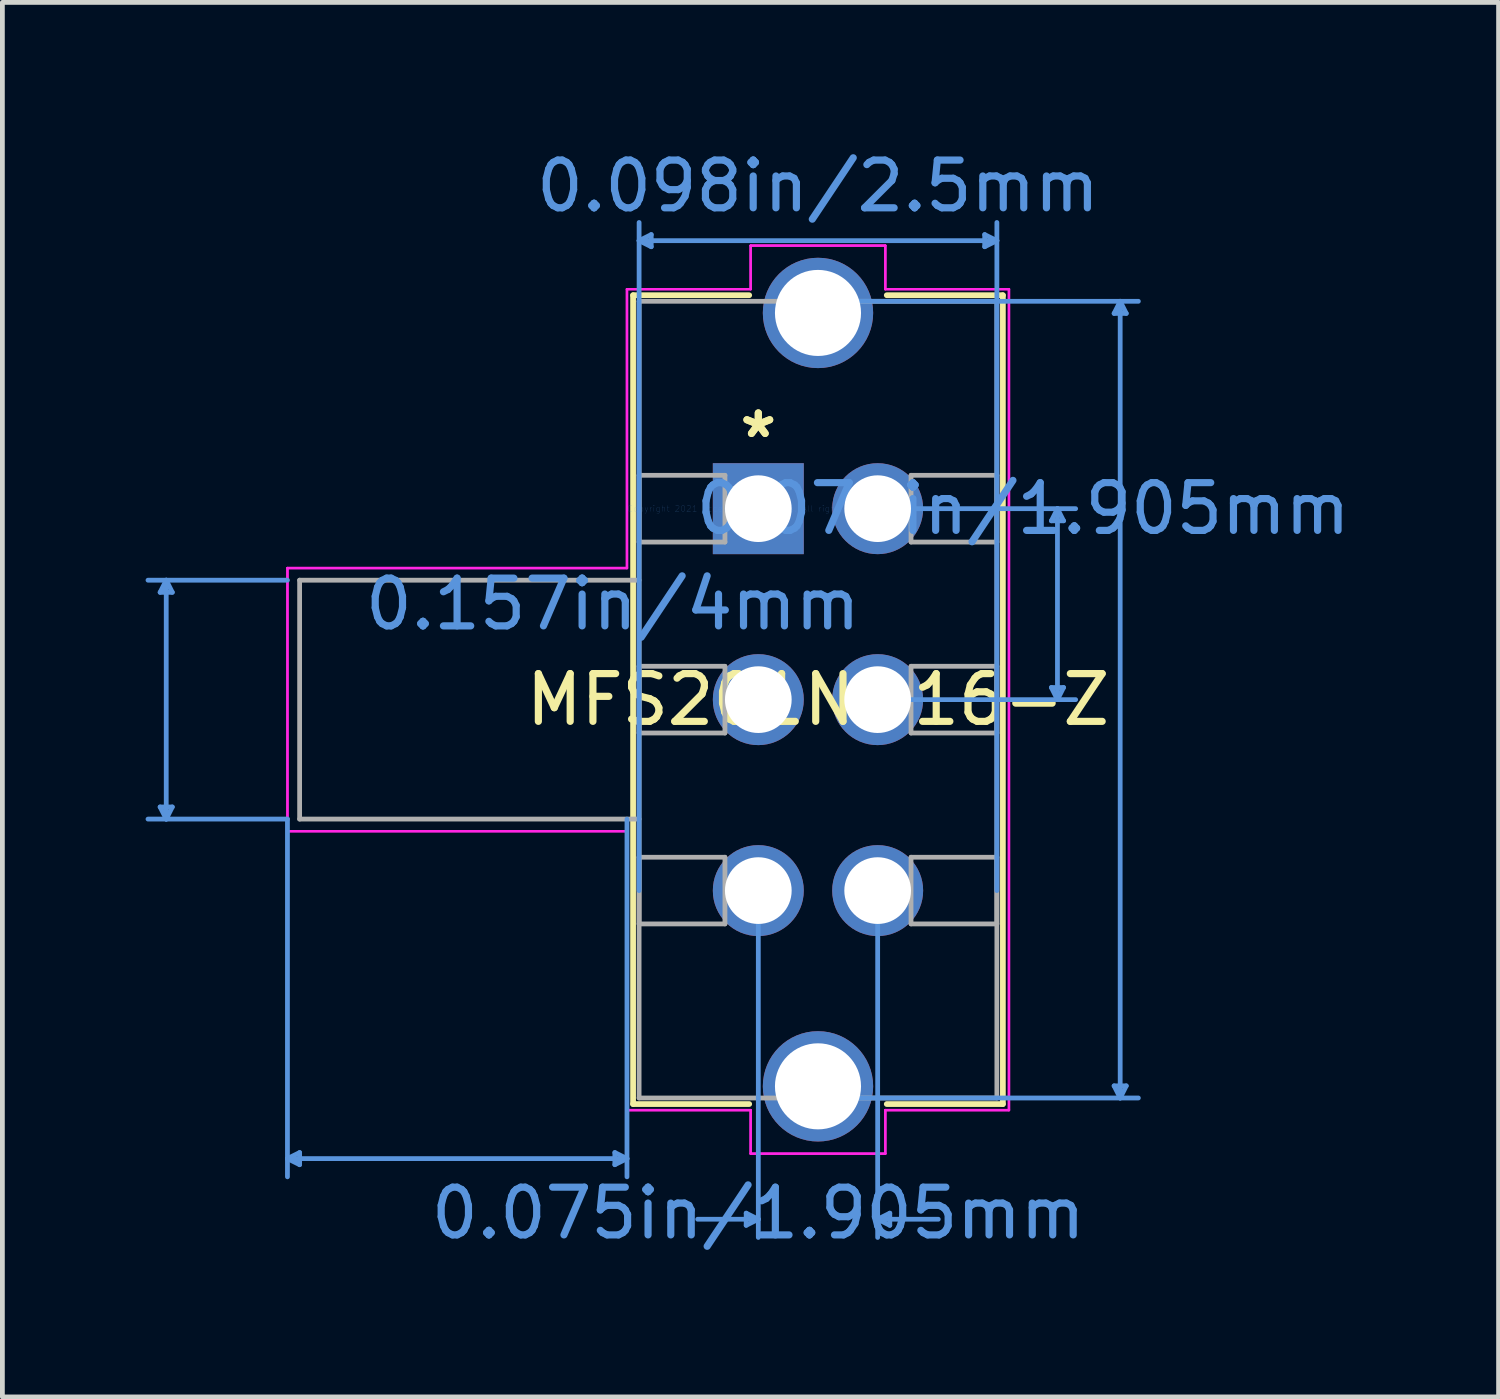
<source format=kicad_pcb>
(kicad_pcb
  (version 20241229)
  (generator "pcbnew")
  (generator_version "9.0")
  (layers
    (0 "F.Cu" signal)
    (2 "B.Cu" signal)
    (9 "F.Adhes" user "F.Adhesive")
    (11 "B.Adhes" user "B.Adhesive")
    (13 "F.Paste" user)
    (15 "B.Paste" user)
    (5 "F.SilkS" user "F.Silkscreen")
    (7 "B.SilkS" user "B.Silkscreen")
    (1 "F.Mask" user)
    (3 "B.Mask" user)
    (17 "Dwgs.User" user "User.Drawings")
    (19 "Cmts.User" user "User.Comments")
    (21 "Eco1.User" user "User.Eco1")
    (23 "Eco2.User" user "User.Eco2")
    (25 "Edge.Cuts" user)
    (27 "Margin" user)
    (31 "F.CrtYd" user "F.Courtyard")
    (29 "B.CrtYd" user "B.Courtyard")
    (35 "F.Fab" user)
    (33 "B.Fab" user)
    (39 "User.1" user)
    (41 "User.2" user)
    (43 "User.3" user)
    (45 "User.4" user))
  (footprint "MFS201N-16-Z"
    (layer "F.Cu")
    (at 12.834 7.605)
    (property "Reference" "MFS201N-16-Z" (at 1.25 4 0) (layer "F.SilkS") (effects (font (size 1 1) (thickness 0.15))))
    (attr through_hole)
    (fp_line (start -2.623 -4.471) (end -2.623 12.471) (stroke (width 0.12) (type solid)) (layer "F.SilkS"))
    (fp_line (start -2.623 12.471) (end -0.191 12.471) (stroke (width 0.12) (type solid)) (layer "F.SilkS"))
    (fp_line (start -0.191 -4.471) (end -2.623 -4.471) (stroke (width 0.12) (type solid)) (layer "F.SilkS"))
    (fp_line (start 2.691 12.471) (end 5.123 12.471) (stroke (width 0.12) (type solid)) (layer "F.SilkS"))
    (fp_line (start 5.123 -4.471) (end 2.691 -4.471) (stroke (width 0.12) (type solid)) (layer "F.SilkS"))
    (fp_line (start 5.123 12.471) (end 5.123 -4.471) (stroke (width 0.12) (type solid)) (layer "F.SilkS"))
    (fp_line (start -12.53 1.752) (end -12.275 1.752) (stroke (width 0.1) (type solid)) (layer "Cmts.User"))
    (fp_line (start -12.53 6.248) (end -12.275 6.248) (stroke (width 0.1) (type solid)) (layer "Cmts.User"))
    (fp_line (start -12.402 1.498) (end -12.53 1.752) (stroke (width 0.1) (type solid)) (layer "Cmts.User"))
    (fp_line (start -12.402 1.498) (end -12.402 6.502) (stroke (width 0.1) (type solid)) (layer "Cmts.User"))
    (fp_line (start -12.402 1.498) (end -12.275 1.752) (stroke (width 0.1) (type solid)) (layer "Cmts.User"))
    (fp_line (start -12.402 6.502) (end -12.53 6.248) (stroke (width 0.1) (type solid)) (layer "Cmts.User"))
    (fp_line (start -12.402 6.502) (end -12.275 6.248) (stroke (width 0.1) (type solid)) (layer "Cmts.User"))
    (fp_line (start -9.863 1.498) (end -12.784 1.498) (stroke (width 0.1) (type solid)) (layer "Cmts.User"))
    (fp_line (start -9.863 6.502) (end -12.784 6.502) (stroke (width 0.1) (type solid)) (layer "Cmts.User"))
    (fp_line (start -9.863 6.502) (end -9.863 13.995) (stroke (width 0.1) (type solid)) (layer "Cmts.User"))
    (fp_line (start -9.863 13.614) (end -9.608 13.487) (stroke (width 0.1) (type solid)) (layer "Cmts.User"))
    (fp_line (start -9.863 13.614) (end -9.608 13.741) (stroke (width 0.1) (type solid)) (layer "Cmts.User"))
    (fp_line (start -9.863 13.614) (end -2.751 13.614) (stroke (width 0.1) (type solid)) (layer "Cmts.User"))
    (fp_line (start -9.608 13.487) (end -9.608 13.741) (stroke (width 0.1) (type solid)) (layer "Cmts.User"))
    (fp_line (start -3.005 13.487) (end -3.005 13.741) (stroke (width 0.1) (type solid)) (layer "Cmts.User"))
    (fp_line (start -2.751 6.502) (end -2.751 13.995) (stroke (width 0.1) (type solid)) (layer "Cmts.User"))
    (fp_line (start -2.751 13.614) (end -3.005 13.487) (stroke (width 0.1) (type solid)) (layer "Cmts.User"))
    (fp_line (start -2.751 13.614) (end -3.005 13.741) (stroke (width 0.1) (type solid)) (layer "Cmts.User"))
    (fp_line (start -2.497 -5.614) (end -2.243 -5.741) (stroke (width 0.1) (type solid)) (layer "Cmts.User"))
    (fp_line (start -2.497 -5.614) (end -2.243 -5.487) (stroke (width 0.1) (type solid)) (layer "Cmts.User"))
    (fp_line (start -2.497 -5.614) (end 4.997 -5.614) (stroke (width 0.1) (type solid)) (layer "Cmts.User"))
    (fp_line (start -2.497 8) (end -2.497 -5.995) (stroke (width 0.1) (type solid)) (layer "Cmts.User"))
    (fp_line (start -2.243 -5.741) (end -2.243 -5.487) (stroke (width 0.1) (type solid)) (layer "Cmts.User"))
    (fp_line (start -0.254 14.757) (end -0.254 15.011) (stroke (width 0.1) (type solid)) (layer "Cmts.User"))
    (fp_line (start 0 8) (end 0 15.265) (stroke (width 0.1) (type solid)) (layer "Cmts.User"))
    (fp_line (start 0 14.884) (end -1.27 14.884) (stroke (width 0.1) (type solid)) (layer "Cmts.User"))
    (fp_line (start 0 14.884) (end -0.254 14.757) (stroke (width 0.1) (type solid)) (layer "Cmts.User"))
    (fp_line (start 0 14.884) (end -0.254 15.011) (stroke (width 0.1) (type solid)) (layer "Cmts.User"))
    (fp_line (start 1.25 -4.344) (end 7.961 -4.344) (stroke (width 0.1) (type solid)) (layer "Cmts.User"))
    (fp_line (start 1.25 12.344) (end 7.961 12.344) (stroke (width 0.1) (type solid)) (layer "Cmts.User"))
    (fp_line (start 2.5 0) (end 6.647 0) (stroke (width 0.1) (type solid)) (layer "Cmts.User"))
    (fp_line (start 2.5 4) (end 6.647 4) (stroke (width 0.1) (type solid)) (layer "Cmts.User"))
    (fp_line (start 2.5 8) (end 2.5 15.265) (stroke (width 0.1) (type solid)) (layer "Cmts.User"))
    (fp_line (start 2.5 14.884) (end 2.754 14.757) (stroke (width 0.1) (type solid)) (layer "Cmts.User"))
    (fp_line (start 2.5 14.884) (end 2.754 15.011) (stroke (width 0.1) (type solid)) (layer "Cmts.User"))
    (fp_line (start 2.5 14.884) (end 3.77 14.884) (stroke (width 0.1) (type solid)) (layer "Cmts.User"))
    (fp_line (start 2.754 14.757) (end 2.754 15.011) (stroke (width 0.1) (type solid)) (layer "Cmts.User"))
    (fp_line (start 4.742 -5.741) (end 4.742 -5.487) (stroke (width 0.1) (type solid)) (layer "Cmts.User"))
    (fp_line (start 4.997 -5.614) (end 4.742 -5.741) (stroke (width 0.1) (type solid)) (layer "Cmts.User"))
    (fp_line (start 4.997 -5.614) (end 4.742 -5.487) (stroke (width 0.1) (type solid)) (layer "Cmts.User"))
    (fp_line (start 4.997 8) (end 4.997 -5.995) (stroke (width 0.1) (type solid)) (layer "Cmts.User"))
    (fp_line (start 6.139 0.254) (end 6.394 0.254) (stroke (width 0.1) (type solid)) (layer "Cmts.User"))
    (fp_line (start 6.139 3.746) (end 6.394 3.746) (stroke (width 0.1) (type solid)) (layer "Cmts.User"))
    (fp_line (start 6.266 0) (end 6.139 0.254) (stroke (width 0.1) (type solid)) (layer "Cmts.User"))
    (fp_line (start 6.266 0) (end 6.266 4) (stroke (width 0.1) (type solid)) (layer "Cmts.User"))
    (fp_line (start 6.266 0) (end 6.394 0.254) (stroke (width 0.1) (type solid)) (layer "Cmts.User"))
    (fp_line (start 6.266 4) (end 6.139 3.746) (stroke (width 0.1) (type solid)) (layer "Cmts.User"))
    (fp_line (start 6.266 4) (end 6.394 3.746) (stroke (width 0.1) (type solid)) (layer "Cmts.User"))
    (fp_line (start 7.453 -4.09) (end 7.707 -4.09) (stroke (width 0.1) (type solid)) (layer "Cmts.User"))
    (fp_line (start 7.453 12.09) (end 7.707 12.09) (stroke (width 0.1) (type solid)) (layer "Cmts.User"))
    (fp_line (start 7.58 -4.344) (end 7.453 -4.09) (stroke (width 0.1) (type solid)) (layer "Cmts.User"))
    (fp_line (start 7.58 -4.344) (end 7.58 12.344) (stroke (width 0.1) (type solid)) (layer "Cmts.User"))
    (fp_line (start 7.58 -4.344) (end 7.707 -4.09) (stroke (width 0.1) (type solid)) (layer "Cmts.User"))
    (fp_line (start 7.58 12.344) (end 7.453 12.09) (stroke (width 0.1) (type solid)) (layer "Cmts.User"))
    (fp_line (start 7.58 12.344) (end 7.707 12.09) (stroke (width 0.1) (type solid)) (layer "Cmts.User"))
    (fp_line (start -9.863 1.244) (end -9.863 6.756) (stroke (width 0.05) (type solid)) (layer "F.CrtYd"))
    (fp_line (start -9.863 1.244) (end -9.863 6.756) (stroke (width 0.05) (type solid)) (layer "F.CrtYd"))
    (fp_line (start -9.863 6.756) (end -2.751 6.756) (stroke (width 0.05) (type solid)) (layer "F.CrtYd"))
    (fp_line (start -9.863 6.756) (end -2.751 6.756) (stroke (width 0.05) (type solid)) (layer "F.CrtYd"))
    (fp_line (start -2.751 -4.598) (end -2.751 1.244) (stroke (width 0.05) (type solid)) (layer "F.CrtYd"))
    (fp_line (start -2.751 -4.598) (end -2.751 1.244) (stroke (width 0.05) (type solid)) (layer "F.CrtYd"))
    (fp_line (start -2.751 1.244) (end -9.863 1.244) (stroke (width 0.05) (type solid)) (layer "F.CrtYd"))
    (fp_line (start -2.751 1.244) (end -9.863 1.244) (stroke (width 0.05) (type solid)) (layer "F.CrtYd"))
    (fp_line (start -2.751 6.756) (end -2.751 12.598) (stroke (width 0.05) (type solid)) (layer "F.CrtYd"))
    (fp_line (start -2.751 6.756) (end -2.751 12.598) (stroke (width 0.05) (type solid)) (layer "F.CrtYd"))
    (fp_line (start -2.751 12.598) (end -0.16 12.598) (stroke (width 0.05) (type solid)) (layer "F.CrtYd"))
    (fp_line (start -2.751 12.598) (end -0.16 12.598) (stroke (width 0.05) (type solid)) (layer "F.CrtYd"))
    (fp_line (start -0.16 -5.51) (end -0.16 -4.598) (stroke (width 0.05) (type solid)) (layer "F.CrtYd"))
    (fp_line (start -0.16 -5.51) (end -0.16 -4.598) (stroke (width 0.05) (type solid)) (layer "F.CrtYd"))
    (fp_line (start -0.16 -4.598) (end -2.751 -4.598) (stroke (width 0.05) (type solid)) (layer "F.CrtYd"))
    (fp_line (start -0.16 -4.598) (end -2.751 -4.598) (stroke (width 0.05) (type solid)) (layer "F.CrtYd"))
    (fp_line (start -0.16 12.598) (end -0.16 13.51) (stroke (width 0.05) (type solid)) (layer "F.CrtYd"))
    (fp_line (start -0.16 12.598) (end -0.16 13.51) (stroke (width 0.05) (type solid)) (layer "F.CrtYd"))
    (fp_line (start -0.16 13.51) (end 2.66 13.51) (stroke (width 0.05) (type solid)) (layer "F.CrtYd"))
    (fp_line (start -0.16 13.51) (end 2.66 13.51) (stroke (width 0.05) (type solid)) (layer "F.CrtYd"))
    (fp_line (start 2.66 -5.51) (end -0.16 -5.51) (stroke (width 0.05) (type solid)) (layer "F.CrtYd"))
    (fp_line (start 2.66 -5.51) (end -0.16 -5.51) (stroke (width 0.05) (type solid)) (layer "F.CrtYd"))
    (fp_line (start 2.66 -4.598) (end 2.66 -5.51) (stroke (width 0.05) (type solid)) (layer "F.CrtYd"))
    (fp_line (start 2.66 -4.598) (end 2.66 -5.51) (stroke (width 0.05) (type solid)) (layer "F.CrtYd"))
    (fp_line (start 2.66 12.598) (end 5.25 12.598) (stroke (width 0.05) (type solid)) (layer "F.CrtYd"))
    (fp_line (start 2.66 12.598) (end 5.25 12.598) (stroke (width 0.05) (type solid)) (layer "F.CrtYd"))
    (fp_line (start 2.66 13.51) (end 2.66 12.598) (stroke (width 0.05) (type solid)) (layer "F.CrtYd"))
    (fp_line (start 2.66 13.51) (end 2.66 12.598) (stroke (width 0.05) (type solid)) (layer "F.CrtYd"))
    (fp_line (start 5.25 -4.598) (end 2.66 -4.598) (stroke (width 0.05) (type solid)) (layer "F.CrtYd"))
    (fp_line (start 5.25 -4.598) (end 2.66 -4.598) (stroke (width 0.05) (type solid)) (layer "F.CrtYd"))
    (fp_line (start 5.25 12.598) (end 5.25 -4.598) (stroke (width 0.05) (type solid)) (layer "F.CrtYd"))
    (fp_line (start 5.25 12.598) (end 5.25 -4.598) (stroke (width 0.05) (type solid)) (layer "F.CrtYd"))
    (fp_line (start -9.608 6.502) (end -9.608 1.498) (stroke (width 0.1) (type solid)) (layer "F.Fab"))
    (fp_line (start -2.497 -4.344) (end -2.497 12.344) (stroke (width 0.1) (type solid)) (layer "F.Fab"))
    (fp_line (start -2.497 -0.699) (end -0.699 -0.699) (stroke (width 0.1) (type solid)) (layer "F.Fab"))
    (fp_line (start -2.497 0.699) (end -2.497 -0.699) (stroke (width 0.1) (type solid)) (layer "F.Fab"))
    (fp_line (start -2.497 1.498) (end -9.608 1.498) (stroke (width 0.1) (type solid)) (layer "F.Fab"))
    (fp_line (start -2.497 3.301) (end -0.699 3.301) (stroke (width 0.1) (type solid)) (layer "F.Fab"))
    (fp_line (start -2.497 4.699) (end -2.497 3.301) (stroke (width 0.1) (type solid)) (layer "F.Fab"))
    (fp_line (start -2.497 6.502) (end -9.608 6.502) (stroke (width 0.1) (type solid)) (layer "F.Fab"))
    (fp_line (start -2.497 7.301) (end -0.699 7.301) (stroke (width 0.1) (type solid)) (layer "F.Fab"))
    (fp_line (start -2.497 8.698) (end -2.497 7.301) (stroke (width 0.1) (type solid)) (layer "F.Fab"))
    (fp_line (start -2.497 12.344) (end 4.997 12.344) (stroke (width 0.1) (type solid)) (layer "F.Fab"))
    (fp_line (start -0.699 -0.699) (end -0.699 0.699) (stroke (width 0.1) (type solid)) (layer "F.Fab"))
    (fp_line (start -0.699 0.699) (end -2.497 0.699) (stroke (width 0.1) (type solid)) (layer "F.Fab"))
    (fp_line (start -0.699 3.301) (end -0.699 4.699) (stroke (width 0.1) (type solid)) (layer "F.Fab"))
    (fp_line (start -0.699 4.699) (end -2.497 4.699) (stroke (width 0.1) (type solid)) (layer "F.Fab"))
    (fp_line (start -0.699 7.301) (end -0.699 8.698) (stroke (width 0.1) (type solid)) (layer "F.Fab"))
    (fp_line (start -0.699 8.698) (end -2.497 8.698) (stroke (width 0.1) (type solid)) (layer "F.Fab"))
    (fp_line (start 3.199 -0.699) (end 4.997 -0.699) (stroke (width 0.1) (type solid)) (layer "F.Fab"))
    (fp_line (start 3.199 0.699) (end 3.199 -0.699) (stroke (width 0.1) (type solid)) (layer "F.Fab"))
    (fp_line (start 3.199 3.301) (end 4.997 3.301) (stroke (width 0.1) (type solid)) (layer "F.Fab"))
    (fp_line (start 3.199 4.699) (end 3.199 3.301) (stroke (width 0.1) (type solid)) (layer "F.Fab"))
    (fp_line (start 3.199 7.301) (end 4.997 7.301) (stroke (width 0.1) (type solid)) (layer "F.Fab"))
    (fp_line (start 3.199 8.698) (end 3.199 7.301) (stroke (width 0.1) (type solid)) (layer "F.Fab"))
    (fp_line (start 4.997 -4.344) (end -2.497 -4.344) (stroke (width 0.1) (type solid)) (layer "F.Fab"))
    (fp_line (start 4.997 -0.699) (end 4.997 0.699) (stroke (width 0.1) (type solid)) (layer "F.Fab"))
    (fp_line (start 4.997 0.699) (end 3.199 0.699) (stroke (width 0.1) (type solid)) (layer "F.Fab"))
    (fp_line (start 4.997 3.301) (end 4.997 4.699) (stroke (width 0.1) (type solid)) (layer "F.Fab"))
    (fp_line (start 4.997 4.699) (end 3.199 4.699) (stroke (width 0.1) (type solid)) (layer "F.Fab"))
    (fp_line (start 4.997 7.301) (end 4.997 8.698) (stroke (width 0.1) (type solid)) (layer "F.Fab"))
    (fp_line (start 4.997 8.698) (end 3.199 8.698) (stroke (width 0.1) (type solid)) (layer "F.Fab"))
    (fp_line (start 4.997 12.344) (end 4.997 -4.344) (stroke (width 0.1) (type solid)) (layer "F.Fab"))
    (fp_arc (start 1.5548 -4.3439) (mid 1.25 -4.0391) (end 0.9452 -4.3439) (stroke (width 0.1) (type solid)) (layer "F.Fab"))
    (fp_text user "*" (at 0 -1.46 0) (layer "F.SilkS") (effects (font (size 1 1) (thickness 0.15))))
    (fp_text user "*" (at 0 -1.46 0) (layer "F.SilkS") (effects (font (size 1 1) (thickness 0.15))))
    (fp_text user "0.075in/1.905mm" (at 5.548 0 0) (layer "Cmts.User") (effects (font (size 1 1) (thickness 0.15))))
    (fp_text user "0.098in/2.5mm" (at 1.25 -6.757 0) (layer "Cmts.User") (effects (font (size 1 1) (thickness 0.15))))
    (fp_text user "Copyright 2021 Accelerated Designs. All rights reserved." (at 0 0 0) (layer "Cmts.User") (effects (font (size 0.127 0.127) (thickness 0.002))))
    (fp_text user "0.075in/1.905mm" (at 0 14.757 0) (layer "Cmts.User") (effects (font (size 1 1) (thickness 0.15))))
    (fp_text user "0.157in/4mm" (at -3.048 2 0) (layer "Cmts.User") (effects (font (size 1 1) (thickness 0.15))))
    (fp_text user "*" (at -0.254 0 0) (layer "F.Fab") (effects (font (size 1 1) (thickness 0.15))))
    (fp_text user "*" (at -0.254 0 0) (layer "F.Fab") (effects (font (size 1 1) (thickness 0.15))))
    (pad "1" thru_hole rect (at 0 0) (size 1.905 1.905) (drill 1.397) (layers "*.Cu" "*.Mask"))
    (pad "2" thru_hole circle (at 0 4) (size 1.905 1.905) (drill 1.397) (layers "*.Cu" "*.Mask"))
    (pad "3" thru_hole circle (at 0 8) (size 1.905 1.905) (drill 1.397) (layers "*.Cu" "*.Mask"))
    (pad "4" thru_hole circle (at 2.5 8) (size 1.905 1.905) (drill 1.397) (layers "*.Cu" "*.Mask"))
    (pad "5" thru_hole circle (at 2.5 4) (size 1.905 1.905) (drill 1.397) (layers "*.Cu" "*.Mask"))
    (pad "6" thru_hole circle (at 2.5 0) (size 1.905 1.905) (drill 1.397) (layers "*.Cu" "*.Mask"))
    (pad "7" thru_hole circle (at 1.25 -4.1) (size 2.311 2.311) (drill 1.803) (layers "*.Cu" "*.Mask"))
    (pad "8" thru_hole circle (at 1.25 12.1) (size 2.311 2.311) (drill 1.803) (layers "*.Cu" "*.Mask")))
  (gr_rect
    (start -3 -3)
    (end 28.34 26.21)
    (stroke (width 0.1) (type default))
    (fill no)
    (layer "Edge.Cuts")))
</source>
